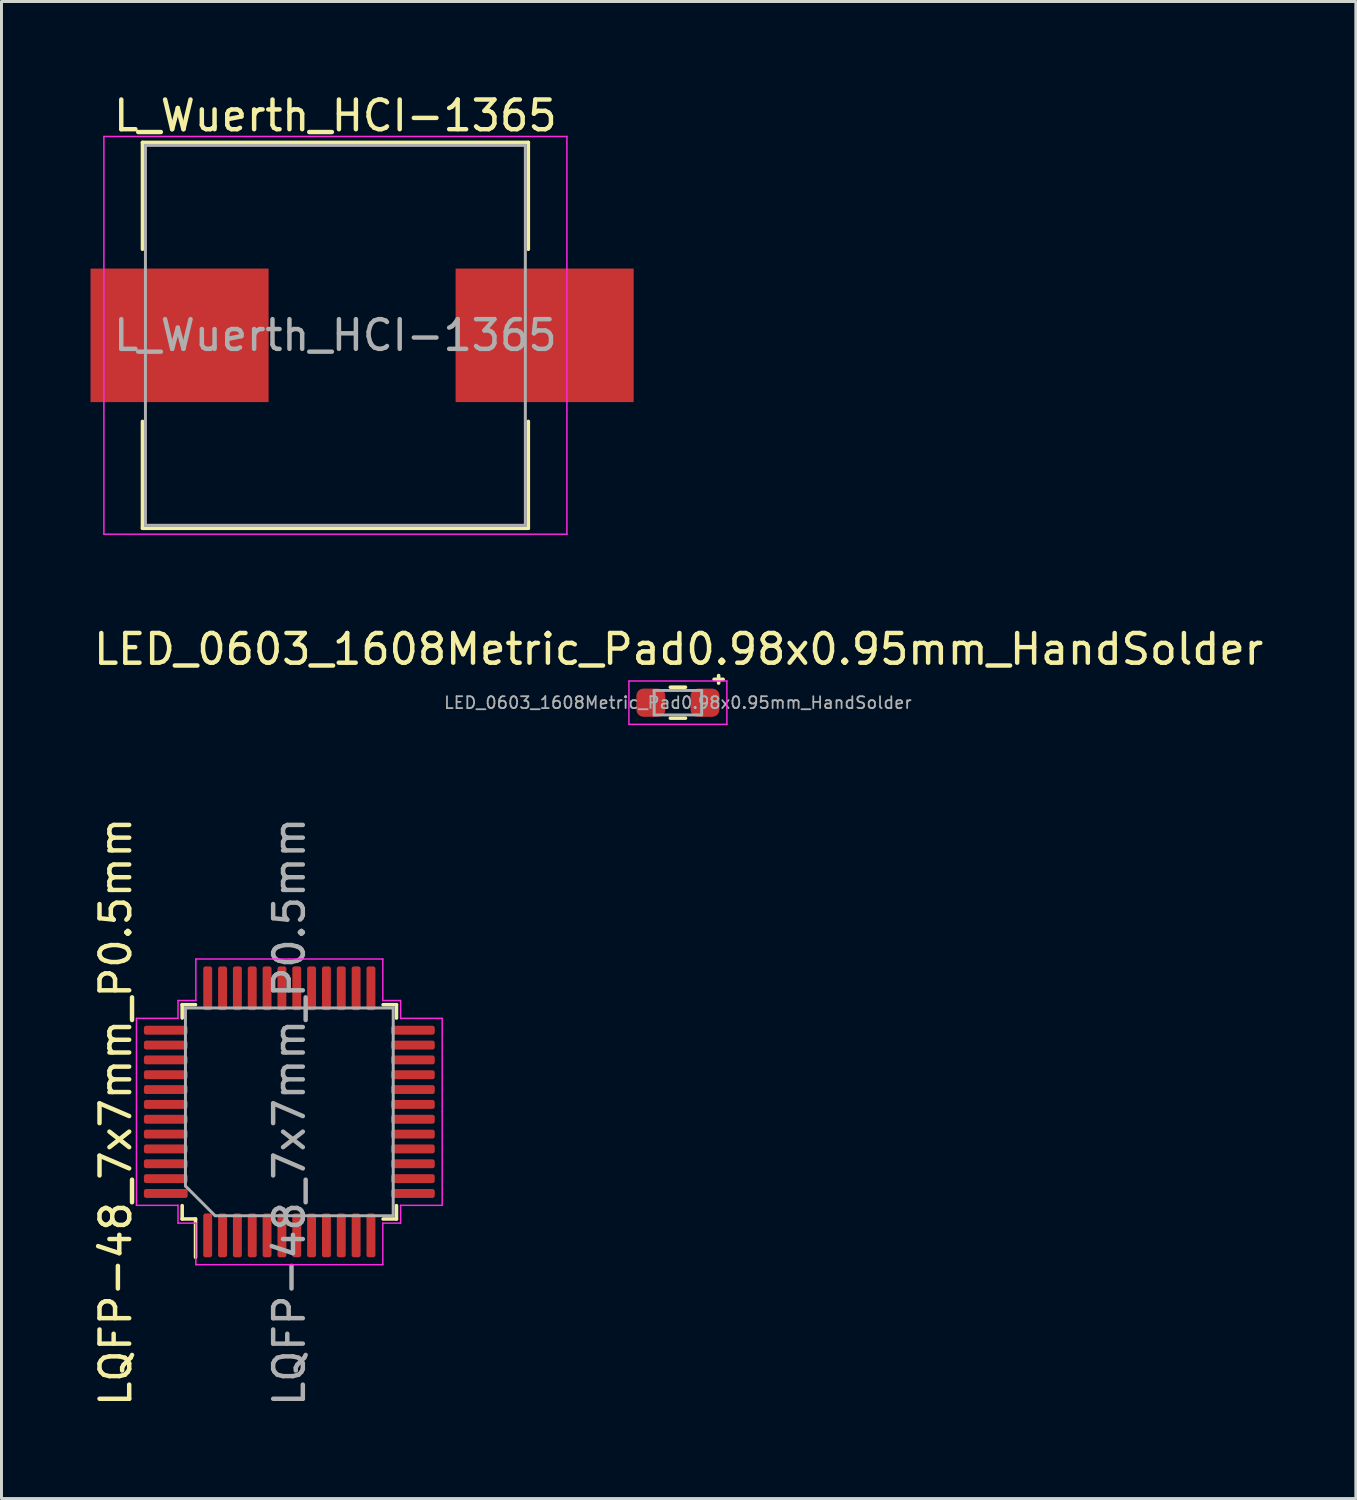
<source format=kicad_pcb>
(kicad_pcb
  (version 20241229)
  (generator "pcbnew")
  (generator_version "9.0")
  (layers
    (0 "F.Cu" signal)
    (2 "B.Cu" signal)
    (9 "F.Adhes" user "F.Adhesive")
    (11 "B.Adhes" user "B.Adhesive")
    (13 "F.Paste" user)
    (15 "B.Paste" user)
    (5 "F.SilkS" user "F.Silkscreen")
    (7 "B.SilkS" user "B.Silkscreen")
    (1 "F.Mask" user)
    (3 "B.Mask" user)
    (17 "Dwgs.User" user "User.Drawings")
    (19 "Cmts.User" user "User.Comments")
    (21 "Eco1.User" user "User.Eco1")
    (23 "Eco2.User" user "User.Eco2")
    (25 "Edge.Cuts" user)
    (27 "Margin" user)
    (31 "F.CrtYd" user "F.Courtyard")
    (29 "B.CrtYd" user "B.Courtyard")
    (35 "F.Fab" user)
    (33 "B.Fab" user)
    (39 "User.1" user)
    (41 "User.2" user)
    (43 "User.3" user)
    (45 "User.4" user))
  (footprint "L_Wuerth_HCI-1365"
    (layer "F.Cu")
    (at 3 8.248)
    (property "Reference" "L_Wuerth_HCI-1365" (at 5.25 -7.4 0) (layer "F.SilkS") (effects (font (size 1 1) (thickness 0.15))))
    (attr smd)
    (fp_line (start -1.25 -6.5) (end 11.75 -6.5) (stroke (width 0.12) (type solid)) (layer "F.SilkS"))
    (fp_line (start -1.25 -2.9) (end -1.25 -6.5) (stroke (width 0.12) (type solid)) (layer "F.SilkS"))
    (fp_line (start -1.25 2.9) (end -1.25 6.5) (stroke (width 0.12) (type solid)) (layer "F.SilkS"))
    (fp_line (start -1.25 6.5) (end 11.75 6.5) (stroke (width 0.12) (type solid)) (layer "F.SilkS"))
    (fp_line (start 11.75 -6.5) (end 11.75 -2.9) (stroke (width 0.12) (type solid)) (layer "F.SilkS"))
    (fp_line (start 11.75 6.5) (end 11.75 2.9) (stroke (width 0.12) (type solid)) (layer "F.SilkS"))
    (fp_line (start -2.55 -6.7) (end -2.55 6.7) (stroke (width 0.05) (type solid)) (layer "F.CrtYd"))
    (fp_line (start -2.55 6.7) (end 13.05 6.7) (stroke (width 0.05) (type solid)) (layer "F.CrtYd"))
    (fp_line (start 13.05 -6.7) (end -2.55 -6.7) (stroke (width 0.05) (type solid)) (layer "F.CrtYd"))
    (fp_line (start 13.05 6.7) (end 13.05 -6.7) (stroke (width 0.05) (type solid)) (layer "F.CrtYd"))
    (fp_line (start -1.15 -6.4) (end -1.15 6.4) (stroke (width 0.1) (type solid)) (layer "F.Fab"))
    (fp_line (start -1.15 6.4) (end 11.65 6.4) (stroke (width 0.1) (type solid)) (layer "F.Fab"))
    (fp_line (start 11.65 -6.4) (end -1.15 -6.4) (stroke (width 0.1) (type solid)) (layer "F.Fab"))
    (fp_line (start 11.65 6.4) (end 11.65 -6.4) (stroke (width 0.1) (type solid)) (layer "F.Fab"))
    (fp_text user "${REFERENCE}" (at 5.25 0 0) (layer "F.Fab") (effects (font (size 1 1) (thickness 0.15))))
    (pad "1" smd rect (at 0 0) (size 6 4.5) (layers "F.Cu" "F.Mask" "F.Paste"))
    (pad "2" smd rect (at 12.3 0) (size 6 4.5) (layers "F.Cu" "F.Mask" "F.Paste")))
  (footprint "LED_0603_1608Metric_Pad0.98x0.95mm_HandSolder"
    (layer "F.Cu")
    (at 19.79 20.625)
    (property "Reference" "LED_0603_1608Metric_Pad0.98x0.95mm_HandSolder" (at 0.025 -1.803 0) (layer "F.SilkS") (effects (font (size 1 1) (thickness 0.15))))
    (attr smd)
    (fp_line (start -0.255 -0.522) (end 0.255 -0.522) (stroke (width 0.12) (type solid)) (layer "F.SilkS"))
    (fp_line (start -0.255 0.522) (end 0.255 0.522) (stroke (width 0.12) (type solid)) (layer "F.SilkS"))
    (fp_line (start 1.219 -0.787) (end 1.524 -0.787) (stroke (width 0.12) (type solid)) (layer "F.SilkS"))
    (fp_line (start 1.372 -0.914) (end 1.372 -0.66) (stroke (width 0.12) (type solid)) (layer "F.SilkS"))
    (fp_line (start -1.65 -0.73) (end 1.65 -0.73) (stroke (width 0.05) (type solid)) (layer "F.CrtYd"))
    (fp_line (start -1.65 0.73) (end -1.65 -0.73) (stroke (width 0.05) (type solid)) (layer "F.CrtYd"))
    (fp_line (start 1.65 -0.73) (end 1.65 0.73) (stroke (width 0.05) (type solid)) (layer "F.CrtYd"))
    (fp_line (start 1.65 0.73) (end -1.65 0.73) (stroke (width 0.05) (type solid)) (layer "F.CrtYd"))
    (fp_line (start -0.8 -0.412) (end 0.8 -0.412) (stroke (width 0.1) (type solid)) (layer "F.Fab"))
    (fp_line (start -0.8 0.412) (end -0.8 -0.412) (stroke (width 0.1) (type solid)) (layer "F.Fab"))
    (fp_line (start 0.8 -0.412) (end 0.8 0.412) (stroke (width 0.1) (type solid)) (layer "F.Fab"))
    (fp_line (start 0.8 0.412) (end -0.8 0.412) (stroke (width 0.1) (type solid)) (layer "F.Fab"))
    (fp_text user "${REFERENCE}" (at 0 0 0) (layer "F.Fab") (effects (font (size 0.4 0.4) (thickness 0.06))))
    (pad "A" smd roundrect (at 0.912 0) (size 0.975 0.95) (layers "F.Cu" "F.Mask" "F.Paste") (roundrect_rratio 0.25))
    (pad "K" smd roundrect (at -0.912 0) (size 0.975 0.95) (layers "F.Cu" "F.Mask" "F.Paste") (roundrect_rratio 0.25)))
  (footprint "LQFP-48_7x7mm_P0.5mm"
    (layer "F.Cu")
    (at 6.698 34.41)
    (property "Reference" "LQFP-48_7x7mm_P0.5mm" (at -5.85 0 90) (layer "F.SilkS") (effects (font (size 1 1) (thickness 0.15))))
    (attr smd)
    (fp_line (start -3.61 -3.61) (end -3.16 -3.61) (stroke (width 0.12) (type solid)) (layer "F.SilkS"))
    (fp_line (start -3.61 -3.16) (end -3.61 -3.61) (stroke (width 0.12) (type solid)) (layer "F.SilkS"))
    (fp_line (start -3.61 3.16) (end -3.61 3.61) (stroke (width 0.12) (type solid)) (layer "F.SilkS"))
    (fp_line (start -3.61 3.61) (end -3.16 3.61) (stroke (width 0.12) (type solid)) (layer "F.SilkS"))
    (fp_line (start -3.16 3.61) (end -3.16 4.9) (stroke (width 0.12) (type solid)) (layer "F.SilkS"))
    (fp_line (start 3.61 -3.61) (end 3.16 -3.61) (stroke (width 0.12) (type solid)) (layer "F.SilkS"))
    (fp_line (start 3.61 -3.16) (end 3.61 -3.61) (stroke (width 0.12) (type solid)) (layer "F.SilkS"))
    (fp_line (start 3.61 3.16) (end 3.61 3.61) (stroke (width 0.12) (type solid)) (layer "F.SilkS"))
    (fp_line (start 3.61 3.61) (end 3.16 3.61) (stroke (width 0.12) (type solid)) (layer "F.SilkS"))
    (fp_line (start -5.15 -3.15) (end -3.75 -3.15) (stroke (width 0.05) (type solid)) (layer "F.CrtYd"))
    (fp_line (start -5.15 0) (end -5.15 -3.15) (stroke (width 0.05) (type solid)) (layer "F.CrtYd"))
    (fp_line (start -5.15 0) (end -5.15 3.15) (stroke (width 0.05) (type solid)) (layer "F.CrtYd"))
    (fp_line (start -5.15 3.15) (end -3.75 3.15) (stroke (width 0.05) (type solid)) (layer "F.CrtYd"))
    (fp_line (start -3.75 -3.75) (end -3.15 -3.75) (stroke (width 0.05) (type solid)) (layer "F.CrtYd"))
    (fp_line (start -3.75 -3.15) (end -3.75 -3.75) (stroke (width 0.05) (type solid)) (layer "F.CrtYd"))
    (fp_line (start -3.75 3.15) (end -3.75 3.75) (stroke (width 0.05) (type solid)) (layer "F.CrtYd"))
    (fp_line (start -3.75 3.75) (end -3.15 3.75) (stroke (width 0.05) (type solid)) (layer "F.CrtYd"))
    (fp_line (start -3.15 -5.15) (end 0 -5.15) (stroke (width 0.05) (type solid)) (layer "F.CrtYd"))
    (fp_line (start -3.15 -3.75) (end -3.15 -5.15) (stroke (width 0.05) (type solid)) (layer "F.CrtYd"))
    (fp_line (start -3.15 3.75) (end -3.15 5.15) (stroke (width 0.05) (type solid)) (layer "F.CrtYd"))
    (fp_line (start -3.15 5.15) (end 0 5.15) (stroke (width 0.05) (type solid)) (layer "F.CrtYd"))
    (fp_line (start 3.15 -5.15) (end 0 -5.15) (stroke (width 0.05) (type solid)) (layer "F.CrtYd"))
    (fp_line (start 3.15 -3.75) (end 3.15 -5.15) (stroke (width 0.05) (type solid)) (layer "F.CrtYd"))
    (fp_line (start 3.15 3.75) (end 3.15 5.15) (stroke (width 0.05) (type solid)) (layer "F.CrtYd"))
    (fp_line (start 3.15 5.15) (end 0 5.15) (stroke (width 0.05) (type solid)) (layer "F.CrtYd"))
    (fp_line (start 3.75 -3.75) (end 3.15 -3.75) (stroke (width 0.05) (type solid)) (layer "F.CrtYd"))
    (fp_line (start 3.75 -3.15) (end 3.75 -3.75) (stroke (width 0.05) (type solid)) (layer "F.CrtYd"))
    (fp_line (start 3.75 3.15) (end 3.75 3.75) (stroke (width 0.05) (type solid)) (layer "F.CrtYd"))
    (fp_line (start 3.75 3.75) (end 3.15 3.75) (stroke (width 0.05) (type solid)) (layer "F.CrtYd"))
    (fp_line (start 5.15 -3.15) (end 3.75 -3.15) (stroke (width 0.05) (type solid)) (layer "F.CrtYd"))
    (fp_line (start 5.15 0) (end 5.15 -3.15) (stroke (width 0.05) (type solid)) (layer "F.CrtYd"))
    (fp_line (start 5.15 0) (end 5.15 3.15) (stroke (width 0.05) (type solid)) (layer "F.CrtYd"))
    (fp_line (start 5.15 3.15) (end 3.75 3.15) (stroke (width 0.05) (type solid)) (layer "F.CrtYd"))
    (fp_line (start -3.5 -3.5) (end 3.5 -3.5) (stroke (width 0.1) (type solid)) (layer "F.Fab"))
    (fp_line (start -3.5 2.5) (end -3.5 -3.5) (stroke (width 0.1) (type solid)) (layer "F.Fab"))
    (fp_line (start -2.5 3.5) (end -3.5 2.5) (stroke (width 0.1) (type solid)) (layer "F.Fab"))
    (fp_line (start 3.5 -3.5) (end 3.5 3.5) (stroke (width 0.1) (type solid)) (layer "F.Fab"))
    (fp_line (start 3.5 3.5) (end -2.5 3.5) (stroke (width 0.1) (type solid)) (layer "F.Fab"))
    (fp_text user "${REFERENCE}" (at 0 0 90) (layer "F.Fab") (effects (font (size 1 1) (thickness 0.15))))
    (pad "1" smd roundrect (at -2.75 4.162 90) (size 1.475 0.3) (layers "F.Cu" "F.Mask" "F.Paste") (roundrect_rratio 0.25))
    (pad "2" smd roundrect (at -2.25 4.162 90) (size 1.475 0.3) (layers "F.Cu" "F.Mask" "F.Paste") (roundrect_rratio 0.25))
    (pad "3" smd roundrect (at -1.75 4.162 90) (size 1.475 0.3) (layers "F.Cu" "F.Mask" "F.Paste") (roundrect_rratio 0.25))
    (pad "4" smd roundrect (at -1.25 4.162 90) (size 1.475 0.3) (layers "F.Cu" "F.Mask" "F.Paste") (roundrect_rratio 0.25))
    (pad "5" smd roundrect (at -0.75 4.162 90) (size 1.475 0.3) (layers "F.Cu" "F.Mask" "F.Paste") (roundrect_rratio 0.25))
    (pad "6" smd roundrect (at -0.25 4.162 90) (size 1.475 0.3) (layers "F.Cu" "F.Mask" "F.Paste") (roundrect_rratio 0.25))
    (pad "7" smd roundrect (at 0.25 4.162 90) (size 1.475 0.3) (layers "F.Cu" "F.Mask" "F.Paste") (roundrect_rratio 0.25))
    (pad "8" smd roundrect (at 0.75 4.162 90) (size 1.475 0.3) (layers "F.Cu" "F.Mask" "F.Paste") (roundrect_rratio 0.25))
    (pad "9" smd roundrect (at 1.25 4.162 90) (size 1.475 0.3) (layers "F.Cu" "F.Mask" "F.Paste") (roundrect_rratio 0.25))
    (pad "10" smd roundrect (at 1.75 4.162 90) (size 1.475 0.3) (layers "F.Cu" "F.Mask" "F.Paste") (roundrect_rratio 0.25))
    (pad "11" smd roundrect (at 2.25 4.162 90) (size 1.475 0.3) (layers "F.Cu" "F.Mask" "F.Paste") (roundrect_rratio 0.25))
    (pad "12" smd roundrect (at 2.75 4.162 90) (size 1.475 0.3) (layers "F.Cu" "F.Mask" "F.Paste") (roundrect_rratio 0.25))
    (pad "13" smd roundrect (at 4.162 2.75 90) (size 0.3 1.475) (layers "F.Cu" "F.Mask" "F.Paste") (roundrect_rratio 0.25))
    (pad "14" smd roundrect (at 4.162 2.25 90) (size 0.3 1.475) (layers "F.Cu" "F.Mask" "F.Paste") (roundrect_rratio 0.25))
    (pad "15" smd roundrect (at 4.162 1.75 90) (size 0.3 1.475) (layers "F.Cu" "F.Mask" "F.Paste") (roundrect_rratio 0.25))
    (pad "16" smd roundrect (at 4.162 1.25 90) (size 0.3 1.475) (layers "F.Cu" "F.Mask" "F.Paste") (roundrect_rratio 0.25))
    (pad "17" smd roundrect (at 4.162 0.75 90) (size 0.3 1.475) (layers "F.Cu" "F.Mask" "F.Paste") (roundrect_rratio 0.25))
    (pad "18" smd roundrect (at 4.162 0.25 90) (size 0.3 1.475) (layers "F.Cu" "F.Mask" "F.Paste") (roundrect_rratio 0.25))
    (pad "19" smd roundrect (at 4.162 -0.25 90) (size 0.3 1.475) (layers "F.Cu" "F.Mask" "F.Paste") (roundrect_rratio 0.25))
    (pad "20" smd roundrect (at 4.162 -0.75 90) (size 0.3 1.475) (layers "F.Cu" "F.Mask" "F.Paste") (roundrect_rratio 0.25))
    (pad "21" smd roundrect (at 4.162 -1.25 90) (size 0.3 1.475) (layers "F.Cu" "F.Mask" "F.Paste") (roundrect_rratio 0.25))
    (pad "22" smd roundrect (at 4.162 -1.75 90) (size 0.3 1.475) (layers "F.Cu" "F.Mask" "F.Paste") (roundrect_rratio 0.25))
    (pad "23" smd roundrect (at 4.162 -2.25 90) (size 0.3 1.475) (layers "F.Cu" "F.Mask" "F.Paste") (roundrect_rratio 0.25))
    (pad "24" smd roundrect (at 4.162 -2.75 90) (size 0.3 1.475) (layers "F.Cu" "F.Mask" "F.Paste") (roundrect_rratio 0.25))
    (pad "25" smd roundrect (at 2.75 -4.162 90) (size 1.475 0.3) (layers "F.Cu" "F.Mask" "F.Paste") (roundrect_rratio 0.25))
    (pad "26" smd roundrect (at 2.25 -4.162 90) (size 1.475 0.3) (layers "F.Cu" "F.Mask" "F.Paste") (roundrect_rratio 0.25))
    (pad "27" smd roundrect (at 1.75 -4.162 90) (size 1.475 0.3) (layers "F.Cu" "F.Mask" "F.Paste") (roundrect_rratio 0.25))
    (pad "28" smd roundrect (at 1.25 -4.162 90) (size 1.475 0.3) (layers "F.Cu" "F.Mask" "F.Paste") (roundrect_rratio 0.25))
    (pad "29" smd roundrect (at 0.75 -4.162 90) (size 1.475 0.3) (layers "F.Cu" "F.Mask" "F.Paste") (roundrect_rratio 0.25))
    (pad "30" smd roundrect (at 0.25 -4.162 90) (size 1.475 0.3) (layers "F.Cu" "F.Mask" "F.Paste") (roundrect_rratio 0.25))
    (pad "31" smd roundrect (at -0.25 -4.162 90) (size 1.475 0.3) (layers "F.Cu" "F.Mask" "F.Paste") (roundrect_rratio 0.25))
    (pad "32" smd roundrect (at -0.75 -4.162 90) (size 1.475 0.3) (layers "F.Cu" "F.Mask" "F.Paste") (roundrect_rratio 0.25))
    (pad "33" smd roundrect (at -1.25 -4.162 90) (size 1.475 0.3) (layers "F.Cu" "F.Mask" "F.Paste") (roundrect_rratio 0.25))
    (pad "34" smd roundrect (at -1.75 -4.162 90) (size 1.475 0.3) (layers "F.Cu" "F.Mask" "F.Paste") (roundrect_rratio 0.25))
    (pad "35" smd roundrect (at -2.25 -4.162 90) (size 1.475 0.3) (layers "F.Cu" "F.Mask" "F.Paste") (roundrect_rratio 0.25))
    (pad "36" smd roundrect (at -2.75 -4.162 90) (size 1.475 0.3) (layers "F.Cu" "F.Mask" "F.Paste") (roundrect_rratio 0.25))
    (pad "37" smd roundrect (at -4.162 -2.75 90) (size 0.3 1.475) (layers "F.Cu" "F.Mask" "F.Paste") (roundrect_rratio 0.25))
    (pad "38" smd roundrect (at -4.162 -2.25 90) (size 0.3 1.475) (layers "F.Cu" "F.Mask" "F.Paste") (roundrect_rratio 0.25))
    (pad "39" smd roundrect (at -4.162 -1.75 90) (size 0.3 1.475) (layers "F.Cu" "F.Mask" "F.Paste") (roundrect_rratio 0.25))
    (pad "40" smd roundrect (at -4.162 -1.25 90) (size 0.3 1.475) (layers "F.Cu" "F.Mask" "F.Paste") (roundrect_rratio 0.25))
    (pad "41" smd roundrect (at -4.162 -0.75 90) (size 0.3 1.475) (layers "F.Cu" "F.Mask" "F.Paste") (roundrect_rratio 0.25))
    (pad "42" smd roundrect (at -4.162 -0.25 90) (size 0.3 1.475) (layers "F.Cu" "F.Mask" "F.Paste") (roundrect_rratio 0.25))
    (pad "43" smd roundrect (at -4.162 0.25 90) (size 0.3 1.475) (layers "F.Cu" "F.Mask" "F.Paste") (roundrect_rratio 0.25))
    (pad "44" smd roundrect (at -4.162 0.75 90) (size 0.3 1.475) (layers "F.Cu" "F.Mask" "F.Paste") (roundrect_rratio 0.25))
    (pad "45" smd roundrect (at -4.162 1.25 90) (size 0.3 1.475) (layers "F.Cu" "F.Mask" "F.Paste") (roundrect_rratio 0.25))
    (pad "46" smd roundrect (at -4.162 1.75 90) (size 0.3 1.475) (layers "F.Cu" "F.Mask" "F.Paste") (roundrect_rratio 0.25))
    (pad "47" smd roundrect (at -4.162 2.25 90) (size 0.3 1.475) (layers "F.Cu" "F.Mask" "F.Paste") (roundrect_rratio 0.25))
    (pad "48" smd roundrect (at -4.162 2.75 90) (size 0.3 1.475) (layers "F.Cu" "F.Mask" "F.Paste") (roundrect_rratio 0.25)))
  (gr_rect
    (start -3 -3)
    (end 42.631 47.439)
    (stroke (width 0.1) (type default))
    (fill no)
    (layer "Edge.Cuts")))
</source>
